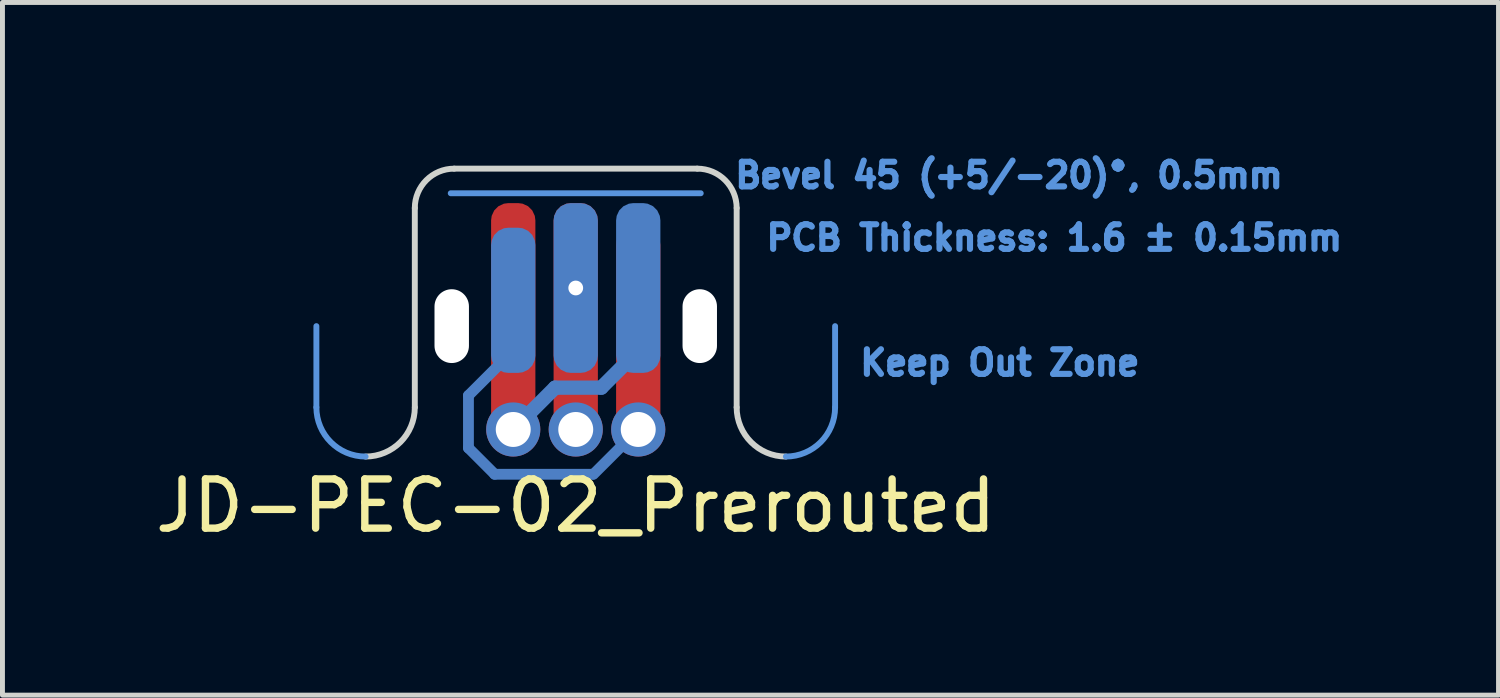
<source format=kicad_pcb>
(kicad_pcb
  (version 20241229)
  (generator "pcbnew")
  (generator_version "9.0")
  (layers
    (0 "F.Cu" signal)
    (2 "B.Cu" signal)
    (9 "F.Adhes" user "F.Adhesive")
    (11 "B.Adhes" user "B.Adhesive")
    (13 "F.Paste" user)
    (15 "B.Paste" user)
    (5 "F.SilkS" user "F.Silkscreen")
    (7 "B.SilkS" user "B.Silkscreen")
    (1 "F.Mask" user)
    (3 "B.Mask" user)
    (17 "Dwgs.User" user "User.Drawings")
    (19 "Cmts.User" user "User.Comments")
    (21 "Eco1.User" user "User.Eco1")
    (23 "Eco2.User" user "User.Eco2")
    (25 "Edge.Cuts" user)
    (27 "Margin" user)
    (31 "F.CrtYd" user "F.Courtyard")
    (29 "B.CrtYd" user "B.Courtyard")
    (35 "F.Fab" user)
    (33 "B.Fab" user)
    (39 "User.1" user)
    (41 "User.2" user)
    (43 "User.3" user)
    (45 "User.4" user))
  (footprint "JD-PEC-02_Prerouted"
    (layer "F.Cu")
    (at 8.649 6.227)
    (property "Reference" "JD-PEC-02_Prerouted" (at 0 1 0) (layer "F.SilkS") (effects (font (size 1 1) (thickness 0.15))))
    (attr through_hole)
    (fp_line (start -5.27 -1) (end -5.27 -2.65) (stroke (width 0.12) (type solid)) (layer "Cmts.User"))
    (fp_line (start -2.54 -5.35) (end 2.54 -5.35) (stroke (width 0.12) (type solid)) (layer "Cmts.User"))
    (fp_line (start 5.27 -1) (end 5.27 -2.65) (stroke (width 0.12) (type solid)) (layer "Cmts.User"))
    (fp_arc (start -4.27 0) (mid -4.977107 -0.292893) (end -5.27 -1) (stroke (width 0.12) (type solid)) (layer "Cmts.User"))
    (fp_arc (start 5.27 -1) (mid 4.977107 -0.292893) (end 4.27 0) (stroke (width 0.12) (type solid)) (layer "Cmts.User"))
    (fp_line (start -3.27 -5.05) (end -3.27 -1) (stroke (width 0.12) (type solid)) (layer "Edge.Cuts"))
    (fp_line (start -2.47 -5.85) (end 2.47 -5.85) (stroke (width 0.12) (type solid)) (layer "Edge.Cuts"))
    (fp_line (start 3.27 -5.05) (end 3.27 -1) (stroke (width 0.12) (type solid)) (layer "Edge.Cuts"))
    (fp_arc (start -3.27 -5.05) (mid -3.035685 -5.615685) (end -2.47 -5.85) (stroke (width 0.12) (type solid)) (layer "Edge.Cuts"))
    (fp_arc (start -3.27 -1) (mid -3.562893 -0.292893) (end -4.27 0) (stroke (width 0.12) (type solid)) (layer "Edge.Cuts"))
    (fp_arc (start 2.47 -5.85) (mid 3.035685 -5.615685) (end 3.27 -5.05) (stroke (width 0.12) (type solid)) (layer "Edge.Cuts"))
    (fp_arc (start 4.27 0) (mid 3.562893 -0.292893) (end 3.27 -1) (stroke (width 0.12) (type solid)) (layer "Edge.Cuts"))
    (fp_text user "PCB Thickness: 1.6 ± 0.15mm" (at 3.81 -4.445 0) (layer "Cmts.User") (effects (font (size 0.5 0.5) (thickness 0.125)) (justify left)))
    (fp_text user "Bevel 45 (+5/-20)°, 0.5mm" (at 3.175 -5.715 0) (layer "Cmts.User") (effects (font (size 0.5 0.5) (thickness 0.125)) (justify left)))
    (fp_text user "Keep Out Zone" (at 5.715 -1.905 0) (layer "Cmts.User") (effects (font (size 0.5 0.5) (thickness 0.125)) (justify left)))
    (pad "" np_thru_hole oval (at -2.52 -2.65) (size 0.7 1.5) (drill oval 0.7 1.5) (layers "*.Cu" "*.Mask"))
    (pad "" np_thru_hole oval (at 2.52 -2.65) (size 0.7 1.5) (drill oval 0.7 1.5) (layers "*.Cu" "*.Mask"))
    (pad "1" smd oval (at -2.18 -0.707 90) (size 1.287 0.22) (layers "B.Cu"))
    (pad "1" smd oval (at -1.913 0.093 315) (size 0.974 0.22) (layers "B.Cu"))
    (pad "1" smd oval (at -1.725 -1.695 45) (size 1.507 0.22) (layers "B.Cu"))
    (pad "1" smd roundrect (at -1.27 -3.175) (size 0.9 2.95) (layers "B.Cu" "B.Mask") (roundrect_rratio 0.389))
    (pad "1" smd oval (at -0.651 0.36) (size 2.212 0.22) (layers "B.Cu"))
    (pad "1" smd oval (at 0.815 -0.095 45) (size 1.507 0.22) (layers "B.Cu"))
    (pad "1" smd roundrect (at 1.27 -2.375) (size 0.9 4.55) (layers "F.Cu" "F.Mask") (roundrect_rratio 0.389))
    (pad "1" thru_hole circle (at 1.27 -0.55) (size 1.1 1.1) (drill 0.71) (layers "*.Cu" "*.Mask"))
    (pad "2" thru_hole circle (at 0 -3.425) (size 0.6 0.6) (drill 0.3) (layers "*.Cu" "*.Mask"))
    (pad "2" smd roundrect (at 0 -3.425) (size 0.9 3.45) (layers "B.Cu" "B.Mask") (roundrect_rratio 0.389))
    (pad "2" smd roundrect (at 0 -2.625) (size 0.9 5.05) (layers "F.Cu" "F.Mask") (roundrect_rratio 0.389))
    (pad "2" thru_hole circle (at 0 -0.55) (size 1.1 1.1) (drill 0.71) (layers "*.Cu" "*.Mask"))
    (pad "3" smd roundrect (at -1.27 -2.625) (size 0.9 5.05) (layers "F.Cu" "F.Mask") (roundrect_rratio 0.389))
    (pad "3" thru_hole circle (at -1.27 -0.55) (size 1.1 1.1) (drill 0.71) (layers "*.Cu" "*.Mask"))
    (pad "3" smd oval (at -0.845 -0.975 45) (size 1.492 0.29) (layers "B.Cu"))
    (pad "3" smd oval (at 0.05 -1.4) (size 1.23 0.29) (layers "B.Cu"))
    (pad "3" smd oval (at 0.895 -1.775 45) (size 1.351 0.29) (layers "B.Cu"))
    (pad "3" smd roundrect (at 1.27 -3.425) (size 0.9 3.45) (layers "B.Cu" "B.Mask") (roundrect_rratio 0.389)))
  (gr_rect
    (start -3 -3)
    (end 27.4 11.075)
    (stroke (width 0.1) (type default))
    (fill no)
    (layer "Edge.Cuts")))
</source>
